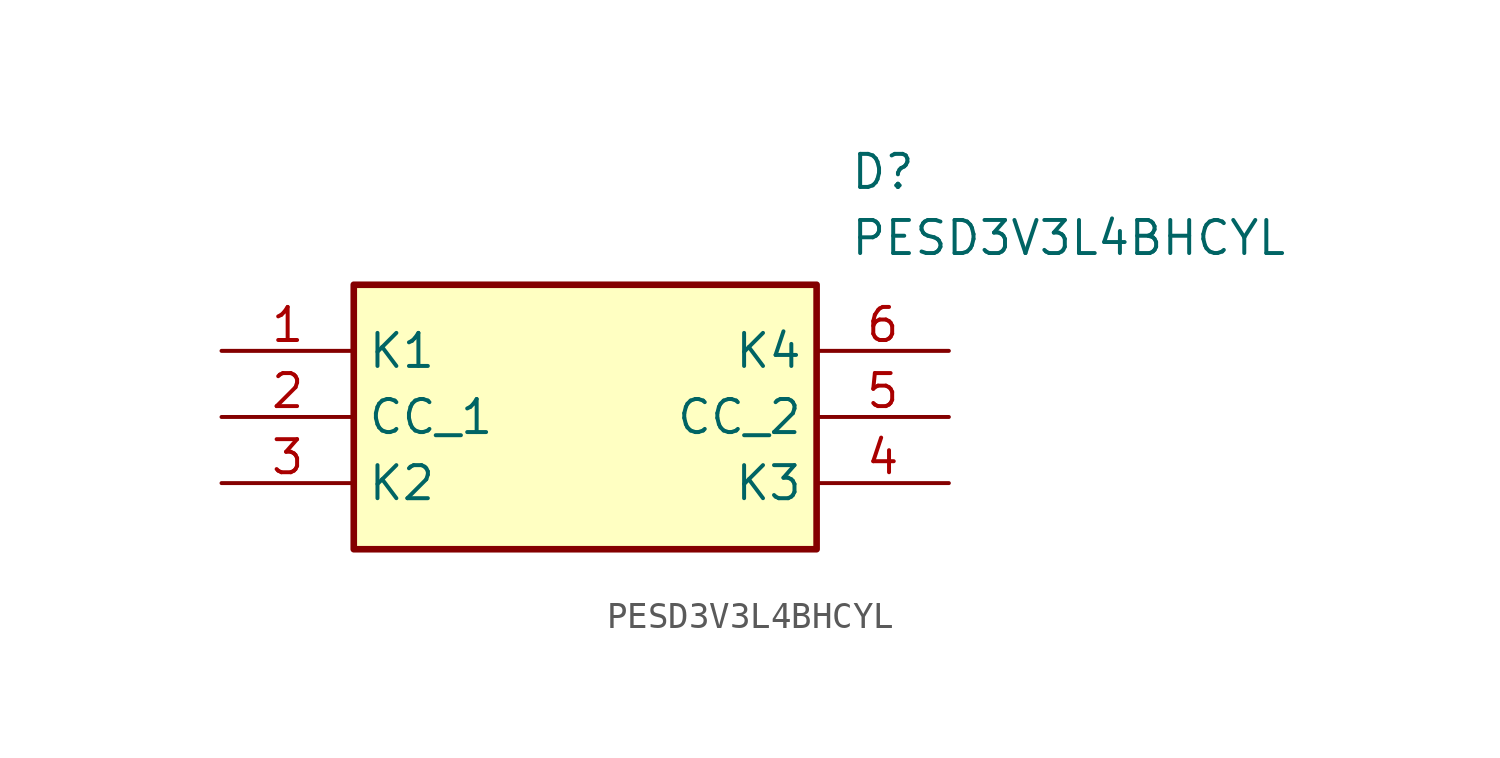
<source format=kicad_sym>
(kicad_symbol_lib
  (version 20211014)
  (generator SamacSys_ECAD_Model)
  (symbol "PESD3V3L4BHCYL"
    (property "Reference" "D"
      (at 24.13 7.62 0)
      (effects (font (size 1.27 1.27)) (justify left top)))
    (property "Value" "PESD3V3L4BHCYL"
      (at 24.13 5.08 0)
      (effects (font (size 1.27 1.27)) (justify left top)))
    (rectangle
      (start 5.08 2.54)
      (end 22.86 -7.62)
      (stroke (width 0.254) (type default))
      (fill (type background)))
    (pin passive line
      (at 0 0 0)
      (length 5.08)
      (name "K1" (effects (font (size 1.27 1.27))))
      (number "1" (effects (font (size 1.27 1.27)))))
    (pin passive line
      (at 0 -2.54 0)
      (length 5.08)
      (name "CC_1" (effects (font (size 1.27 1.27))))
      (number "2" (effects (font (size 1.27 1.27)))))
    (pin passive line
      (at 0 -5.08 0)
      (length 5.08)
      (name "K2" (effects (font (size 1.27 1.27))))
      (number "3" (effects (font (size 1.27 1.27)))))
    (pin passive line
      (at 27.94 0 180)
      (length 5.08)
      (name "K4" (effects (font (size 1.27 1.27))))
      (number "6" (effects (font (size 1.27 1.27)))))
    (pin passive line
      (at 27.94 -2.54 180)
      (length 5.08)
      (name "CC_2" (effects (font (size 1.27 1.27))))
      (number "5" (effects (font (size 1.27 1.27)))))
    (pin passive line
      (at 27.94 -5.08 180)
      (length 5.08)
      (name "K3" (effects (font (size 1.27 1.27))))
      (number "4" (effects (font (size 1.27 1.27)))))))
</source>
